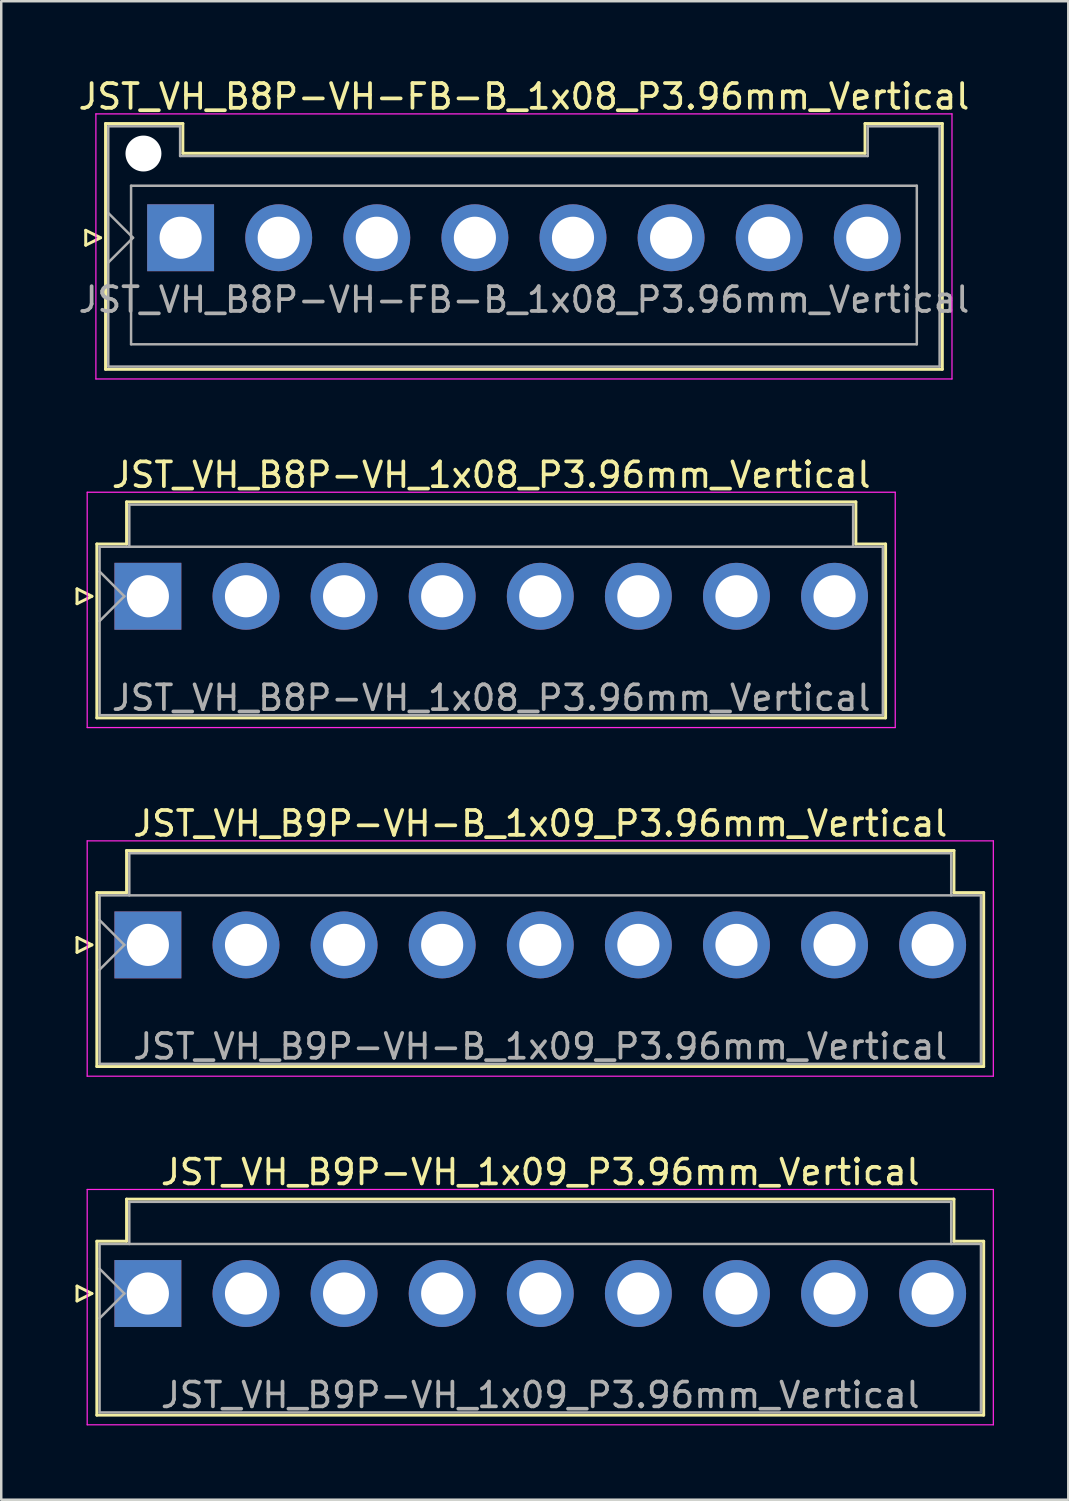
<source format=kicad_pcb>
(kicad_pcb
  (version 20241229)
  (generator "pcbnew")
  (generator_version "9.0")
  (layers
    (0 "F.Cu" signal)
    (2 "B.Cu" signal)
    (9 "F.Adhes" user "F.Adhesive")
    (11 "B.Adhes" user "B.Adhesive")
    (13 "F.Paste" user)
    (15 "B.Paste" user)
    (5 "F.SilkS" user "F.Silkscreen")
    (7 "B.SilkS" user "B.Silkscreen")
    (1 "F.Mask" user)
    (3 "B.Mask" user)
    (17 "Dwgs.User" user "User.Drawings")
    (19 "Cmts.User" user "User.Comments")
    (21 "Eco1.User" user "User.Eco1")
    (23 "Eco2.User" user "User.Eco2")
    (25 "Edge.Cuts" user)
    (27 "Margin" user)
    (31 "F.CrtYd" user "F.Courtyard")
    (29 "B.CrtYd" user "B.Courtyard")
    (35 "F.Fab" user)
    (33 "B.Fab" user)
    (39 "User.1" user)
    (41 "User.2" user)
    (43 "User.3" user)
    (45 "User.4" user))
  (footprint "JST_VH_B9P-VH-B_1x09_P3.96mm_Vertical"
    (layer "F.Cu")
    (at 2.92 35.095)
    (property "Reference" "JST_VH_B9P-VH-B_1x09_P3.96mm_Vertical" (at 15.84 -4.9 0) (layer "F.SilkS") (effects (font (size 1 1) (thickness 0.15))))
    (attr through_hole)
    (fp_line (start -2.86 -0.3) (end -2.26 0) (stroke (width 0.12) (type solid)) (layer "F.SilkS"))
    (fp_line (start -2.86 0.3) (end -2.86 -0.3) (stroke (width 0.12) (type solid)) (layer "F.SilkS"))
    (fp_line (start -2.26 0) (end -2.86 0.3) (stroke (width 0.12) (type solid)) (layer "F.SilkS"))
    (fp_line (start -2.06 -2.11) (end -0.86 -2.11) (stroke (width 0.12) (type solid)) (layer "F.SilkS"))
    (fp_line (start -2.06 4.91) (end -2.06 -2.11) (stroke (width 0.12) (type solid)) (layer "F.SilkS"))
    (fp_line (start -0.86 -3.81) (end 32.54 -3.81) (stroke (width 0.12) (type solid)) (layer "F.SilkS"))
    (fp_line (start -0.86 -2.11) (end -0.86 -3.81) (stroke (width 0.12) (type solid)) (layer "F.SilkS"))
    (fp_line (start 32.54 -3.81) (end 32.54 -2.11) (stroke (width 0.12) (type solid)) (layer "F.SilkS"))
    (fp_line (start 32.54 -2.11) (end 33.74 -2.11) (stroke (width 0.12) (type solid)) (layer "F.SilkS"))
    (fp_line (start 33.74 -2.11) (end 33.74 4.91) (stroke (width 0.12) (type solid)) (layer "F.SilkS"))
    (fp_line (start 33.74 4.91) (end -2.06 4.91) (stroke (width 0.12) (type solid)) (layer "F.SilkS"))
    (fp_line (start -2.45 -4.2) (end -2.45 5.3) (stroke (width 0.05) (type solid)) (layer "F.CrtYd"))
    (fp_line (start -2.45 5.3) (end 34.13 5.3) (stroke (width 0.05) (type solid)) (layer "F.CrtYd"))
    (fp_line (start 34.13 -4.2) (end -2.45 -4.2) (stroke (width 0.05) (type solid)) (layer "F.CrtYd"))
    (fp_line (start 34.13 5.3) (end 34.13 -4.2) (stroke (width 0.05) (type solid)) (layer "F.CrtYd"))
    (fp_line (start -1.95 -2) (end -1.95 4.8) (stroke (width 0.1) (type solid)) (layer "F.Fab"))
    (fp_line (start -1.95 -1) (end -0.95 0) (stroke (width 0.1) (type solid)) (layer "F.Fab"))
    (fp_line (start -1.95 1) (end -0.95 0) (stroke (width 0.1) (type solid)) (layer "F.Fab"))
    (fp_line (start -1.95 4.8) (end 33.63 4.8) (stroke (width 0.1) (type solid)) (layer "F.Fab"))
    (fp_line (start -0.75 -3.7) (end 32.43 -3.7) (stroke (width 0.1) (type solid)) (layer "F.Fab"))
    (fp_line (start -0.75 -2) (end -0.75 -3.7) (stroke (width 0.1) (type solid)) (layer "F.Fab"))
    (fp_line (start 32.43 -3.7) (end 32.43 -2) (stroke (width 0.1) (type solid)) (layer "F.Fab"))
    (fp_line (start 33.63 -2) (end -1.95 -2) (stroke (width 0.1) (type solid)) (layer "F.Fab"))
    (fp_line (start 33.63 4.8) (end 33.63 -2) (stroke (width 0.1) (type solid)) (layer "F.Fab"))
    (fp_text user "${REFERENCE}" (at 15.84 4.1 0) (layer "F.Fab") (effects (font (size 1 1) (thickness 0.15))))
    (pad "1" thru_hole rect (at 0 0) (size 2.7 2.7) (drill 1.7) (layers "*.Cu" "*.Mask"))
    (pad "2" thru_hole circle (at 3.96 0) (size 2.7 2.7) (drill 1.7) (layers "*.Cu" "*.Mask"))
    (pad "3" thru_hole circle (at 7.92 0) (size 2.7 2.7) (drill 1.7) (layers "*.Cu" "*.Mask"))
    (pad "4" thru_hole circle (at 11.88 0) (size 2.7 2.7) (drill 1.7) (layers "*.Cu" "*.Mask"))
    (pad "5" thru_hole circle (at 15.84 0) (size 2.7 2.7) (drill 1.7) (layers "*.Cu" "*.Mask"))
    (pad "6" thru_hole circle (at 19.8 0) (size 2.7 2.7) (drill 1.7) (layers "*.Cu" "*.Mask"))
    (pad "7" thru_hole circle (at 23.76 0) (size 2.7 2.7) (drill 1.7) (layers "*.Cu" "*.Mask"))
    (pad "8" thru_hole circle (at 27.72 0) (size 2.7 2.7) (drill 1.7) (layers "*.Cu" "*.Mask"))
    (pad "9" thru_hole circle (at 31.68 0) (size 2.7 2.7) (drill 1.7) (layers "*.Cu" "*.Mask")))
  (footprint "JST_VH_B9P-VH_1x09_P3.96mm_Vertical"
    (layer "F.Cu")
    (at 2.92 49.168)
    (property "Reference" "JST_VH_B9P-VH_1x09_P3.96mm_Vertical" (at 15.84 -4.9 0) (layer "F.SilkS") (effects (font (size 1 1) (thickness 0.15))))
    (attr through_hole)
    (fp_line (start -2.86 -0.3) (end -2.26 0) (stroke (width 0.12) (type solid)) (layer "F.SilkS"))
    (fp_line (start -2.86 0.3) (end -2.86 -0.3) (stroke (width 0.12) (type solid)) (layer "F.SilkS"))
    (fp_line (start -2.26 0) (end -2.86 0.3) (stroke (width 0.12) (type solid)) (layer "F.SilkS"))
    (fp_line (start -2.06 -2.11) (end -0.86 -2.11) (stroke (width 0.12) (type solid)) (layer "F.SilkS"))
    (fp_line (start -2.06 4.91) (end -2.06 -2.11) (stroke (width 0.12) (type solid)) (layer "F.SilkS"))
    (fp_line (start -0.86 -3.81) (end 32.54 -3.81) (stroke (width 0.12) (type solid)) (layer "F.SilkS"))
    (fp_line (start -0.86 -2.11) (end -0.86 -3.81) (stroke (width 0.12) (type solid)) (layer "F.SilkS"))
    (fp_line (start 32.54 -3.81) (end 32.54 -2.11) (stroke (width 0.12) (type solid)) (layer "F.SilkS"))
    (fp_line (start 32.54 -2.11) (end 33.74 -2.11) (stroke (width 0.12) (type solid)) (layer "F.SilkS"))
    (fp_line (start 33.74 -2.11) (end 33.74 4.91) (stroke (width 0.12) (type solid)) (layer "F.SilkS"))
    (fp_line (start 33.74 4.91) (end -2.06 4.91) (stroke (width 0.12) (type solid)) (layer "F.SilkS"))
    (fp_line (start -2.45 -4.2) (end -2.45 5.3) (stroke (width 0.05) (type solid)) (layer "F.CrtYd"))
    (fp_line (start -2.45 5.3) (end 34.13 5.3) (stroke (width 0.05) (type solid)) (layer "F.CrtYd"))
    (fp_line (start 34.13 -4.2) (end -2.45 -4.2) (stroke (width 0.05) (type solid)) (layer "F.CrtYd"))
    (fp_line (start 34.13 5.3) (end 34.13 -4.2) (stroke (width 0.05) (type solid)) (layer "F.CrtYd"))
    (fp_line (start -1.95 -2) (end -1.95 4.8) (stroke (width 0.1) (type solid)) (layer "F.Fab"))
    (fp_line (start -1.95 -1) (end -0.95 0) (stroke (width 0.1) (type solid)) (layer "F.Fab"))
    (fp_line (start -1.95 1) (end -0.95 0) (stroke (width 0.1) (type solid)) (layer "F.Fab"))
    (fp_line (start -1.95 4.8) (end 33.63 4.8) (stroke (width 0.1) (type solid)) (layer "F.Fab"))
    (fp_line (start -0.75 -3.7) (end 32.43 -3.7) (stroke (width 0.1) (type solid)) (layer "F.Fab"))
    (fp_line (start -0.75 -2) (end -0.75 -3.7) (stroke (width 0.1) (type solid)) (layer "F.Fab"))
    (fp_line (start 32.43 -3.7) (end 32.43 -2) (stroke (width 0.1) (type solid)) (layer "F.Fab"))
    (fp_line (start 33.63 -2) (end -1.95 -2) (stroke (width 0.1) (type solid)) (layer "F.Fab"))
    (fp_line (start 33.63 4.8) (end 33.63 -2) (stroke (width 0.1) (type solid)) (layer "F.Fab"))
    (fp_text user "${REFERENCE}" (at 15.84 4.1 0) (layer "F.Fab") (effects (font (size 1 1) (thickness 0.15))))
    (pad "1" thru_hole rect (at 0 0) (size 2.7 2.7) (drill 1.7) (layers "*.Cu" "*.Mask"))
    (pad "2" thru_hole circle (at 3.96 0) (size 2.7 2.7) (drill 1.7) (layers "*.Cu" "*.Mask"))
    (pad "3" thru_hole circle (at 7.92 0) (size 2.7 2.7) (drill 1.7) (layers "*.Cu" "*.Mask"))
    (pad "4" thru_hole circle (at 11.88 0) (size 2.7 2.7) (drill 1.7) (layers "*.Cu" "*.Mask"))
    (pad "5" thru_hole circle (at 15.84 0) (size 2.7 2.7) (drill 1.7) (layers "*.Cu" "*.Mask"))
    (pad "6" thru_hole circle (at 19.8 0) (size 2.7 2.7) (drill 1.7) (layers "*.Cu" "*.Mask"))
    (pad "7" thru_hole circle (at 23.76 0) (size 2.7 2.7) (drill 1.7) (layers "*.Cu" "*.Mask"))
    (pad "8" thru_hole circle (at 27.72 0) (size 2.7 2.7) (drill 1.7) (layers "*.Cu" "*.Mask"))
    (pad "9" thru_hole circle (at 31.68 0) (size 2.7 2.7) (drill 1.7) (layers "*.Cu" "*.Mask")))
  (footprint "JST_VH_B8P-VH_1x08_P3.96mm_Vertical"
    (layer "F.Cu")
    (at 2.92 21.021)
    (property "Reference" "JST_VH_B8P-VH_1x08_P3.96mm_Vertical" (at 13.86 -4.9 0) (layer "F.SilkS") (effects (font (size 1 1) (thickness 0.15))))
    (attr through_hole)
    (fp_line (start -2.86 -0.3) (end -2.26 0) (stroke (width 0.12) (type solid)) (layer "F.SilkS"))
    (fp_line (start -2.86 0.3) (end -2.86 -0.3) (stroke (width 0.12) (type solid)) (layer "F.SilkS"))
    (fp_line (start -2.26 0) (end -2.86 0.3) (stroke (width 0.12) (type solid)) (layer "F.SilkS"))
    (fp_line (start -2.06 -2.11) (end -0.86 -2.11) (stroke (width 0.12) (type solid)) (layer "F.SilkS"))
    (fp_line (start -2.06 4.91) (end -2.06 -2.11) (stroke (width 0.12) (type solid)) (layer "F.SilkS"))
    (fp_line (start -0.86 -3.81) (end 28.58 -3.81) (stroke (width 0.12) (type solid)) (layer "F.SilkS"))
    (fp_line (start -0.86 -2.11) (end -0.86 -3.81) (stroke (width 0.12) (type solid)) (layer "F.SilkS"))
    (fp_line (start 28.58 -3.81) (end 28.58 -2.11) (stroke (width 0.12) (type solid)) (layer "F.SilkS"))
    (fp_line (start 28.58 -2.11) (end 29.78 -2.11) (stroke (width 0.12) (type solid)) (layer "F.SilkS"))
    (fp_line (start 29.78 -2.11) (end 29.78 4.91) (stroke (width 0.12) (type solid)) (layer "F.SilkS"))
    (fp_line (start 29.78 4.91) (end -2.06 4.91) (stroke (width 0.12) (type solid)) (layer "F.SilkS"))
    (fp_line (start -2.45 -4.2) (end -2.45 5.3) (stroke (width 0.05) (type solid)) (layer "F.CrtYd"))
    (fp_line (start -2.45 5.3) (end 30.17 5.3) (stroke (width 0.05) (type solid)) (layer "F.CrtYd"))
    (fp_line (start 30.17 -4.2) (end -2.45 -4.2) (stroke (width 0.05) (type solid)) (layer "F.CrtYd"))
    (fp_line (start 30.17 5.3) (end 30.17 -4.2) (stroke (width 0.05) (type solid)) (layer "F.CrtYd"))
    (fp_line (start -1.95 -2) (end -1.95 4.8) (stroke (width 0.1) (type solid)) (layer "F.Fab"))
    (fp_line (start -1.95 -1) (end -0.95 0) (stroke (width 0.1) (type solid)) (layer "F.Fab"))
    (fp_line (start -1.95 1) (end -0.95 0) (stroke (width 0.1) (type solid)) (layer "F.Fab"))
    (fp_line (start -1.95 4.8) (end 29.67 4.8) (stroke (width 0.1) (type solid)) (layer "F.Fab"))
    (fp_line (start -0.75 -3.7) (end 28.47 -3.7) (stroke (width 0.1) (type solid)) (layer "F.Fab"))
    (fp_line (start -0.75 -2) (end -0.75 -3.7) (stroke (width 0.1) (type solid)) (layer "F.Fab"))
    (fp_line (start 28.47 -3.7) (end 28.47 -2) (stroke (width 0.1) (type solid)) (layer "F.Fab"))
    (fp_line (start 29.67 -2) (end -1.95 -2) (stroke (width 0.1) (type solid)) (layer "F.Fab"))
    (fp_line (start 29.67 4.8) (end 29.67 -2) (stroke (width 0.1) (type solid)) (layer "F.Fab"))
    (fp_text user "${REFERENCE}" (at 13.86 4.1 0) (layer "F.Fab") (effects (font (size 1 1) (thickness 0.15))))
    (pad "1" thru_hole rect (at 0 0) (size 2.7 2.7) (drill 1.7) (layers "*.Cu" "*.Mask"))
    (pad "2" thru_hole circle (at 3.96 0) (size 2.7 2.7) (drill 1.7) (layers "*.Cu" "*.Mask"))
    (pad "3" thru_hole circle (at 7.92 0) (size 2.7 2.7) (drill 1.7) (layers "*.Cu" "*.Mask"))
    (pad "4" thru_hole circle (at 11.88 0) (size 2.7 2.7) (drill 1.7) (layers "*.Cu" "*.Mask"))
    (pad "5" thru_hole circle (at 15.84 0) (size 2.7 2.7) (drill 1.7) (layers "*.Cu" "*.Mask"))
    (pad "6" thru_hole circle (at 19.8 0) (size 2.7 2.7) (drill 1.7) (layers "*.Cu" "*.Mask"))
    (pad "7" thru_hole circle (at 23.76 0) (size 2.7 2.7) (drill 1.7) (layers "*.Cu" "*.Mask"))
    (pad "8" thru_hole circle (at 27.72 0) (size 2.7 2.7) (drill 1.7) (layers "*.Cu" "*.Mask")))
  (footprint "JST_VH_B8P-VH-FB-B_1x08_P3.96mm_Vertical"
    (layer "F.Cu")
    (at 4.241 6.548)
    (property "Reference" "JST_VH_B8P-VH-FB-B_1x08_P3.96mm_Vertical" (at 13.86 -5.7 0) (layer "F.SilkS") (effects (font (size 1 1) (thickness 0.15))))
    (attr through_hole)
    (fp_line (start -3.83 -0.3) (end -3.23 0) (stroke (width 0.12) (type solid)) (layer "F.SilkS"))
    (fp_line (start -3.83 0.3) (end -3.83 -0.3) (stroke (width 0.12) (type solid)) (layer "F.SilkS"))
    (fp_line (start -3.23 0) (end -3.83 0.3) (stroke (width 0.12) (type solid)) (layer "F.SilkS"))
    (fp_line (start -3.03 -4.61) (end 0.09 -4.61) (stroke (width 0.12) (type solid)) (layer "F.SilkS"))
    (fp_line (start -3.03 5.31) (end -3.03 -4.61) (stroke (width 0.12) (type solid)) (layer "F.SilkS"))
    (fp_line (start 0.09 -4.61) (end 0.09 -3.41) (stroke (width 0.12) (type solid)) (layer "F.SilkS"))
    (fp_line (start 0.09 -3.41) (end 27.63 -3.41) (stroke (width 0.12) (type solid)) (layer "F.SilkS"))
    (fp_line (start 27.63 -4.61) (end 30.75 -4.61) (stroke (width 0.12) (type solid)) (layer "F.SilkS"))
    (fp_line (start 27.63 -3.41) (end 27.63 -4.61) (stroke (width 0.12) (type solid)) (layer "F.SilkS"))
    (fp_line (start 30.75 -4.61) (end 30.75 5.31) (stroke (width 0.12) (type solid)) (layer "F.SilkS"))
    (fp_line (start 30.75 5.31) (end -3.03 5.31) (stroke (width 0.12) (type solid)) (layer "F.SilkS"))
    (fp_line (start -3.42 -5) (end -3.42 5.7) (stroke (width 0.05) (type solid)) (layer "F.CrtYd"))
    (fp_line (start -3.42 5.7) (end 31.14 5.7) (stroke (width 0.05) (type solid)) (layer "F.CrtYd"))
    (fp_line (start 31.14 -5) (end -3.42 -5) (stroke (width 0.05) (type solid)) (layer "F.CrtYd"))
    (fp_line (start 31.14 5.7) (end 31.14 -5) (stroke (width 0.05) (type solid)) (layer "F.CrtYd"))
    (fp_line (start -2.92 -4.5) (end -0.02 -4.5) (stroke (width 0.1) (type solid)) (layer "F.Fab"))
    (fp_line (start -2.92 -1) (end -1.92 0) (stroke (width 0.1) (type solid)) (layer "F.Fab"))
    (fp_line (start -2.92 1) (end -1.92 0) (stroke (width 0.1) (type solid)) (layer "F.Fab"))
    (fp_line (start -2.92 5.2) (end -2.92 -4.5) (stroke (width 0.1) (type solid)) (layer "F.Fab"))
    (fp_line (start -2 -2.1) (end 29.72 -2.1) (stroke (width 0.1) (type solid)) (layer "F.Fab"))
    (fp_line (start -2 4.3) (end -2 -2.1) (stroke (width 0.1) (type solid)) (layer "F.Fab"))
    (fp_line (start -0.02 -4.5) (end -0.02 -3.3) (stroke (width 0.1) (type solid)) (layer "F.Fab"))
    (fp_line (start -0.02 -3.3) (end 27.74 -3.3) (stroke (width 0.1) (type solid)) (layer "F.Fab"))
    (fp_line (start 27.74 -4.5) (end 30.64 -4.5) (stroke (width 0.1) (type solid)) (layer "F.Fab"))
    (fp_line (start 27.74 -3.3) (end 27.74 -4.5) (stroke (width 0.1) (type solid)) (layer "F.Fab"))
    (fp_line (start 29.72 -2.1) (end 29.72 4.3) (stroke (width 0.1) (type solid)) (layer "F.Fab"))
    (fp_line (start 29.72 4.3) (end -2 4.3) (stroke (width 0.1) (type solid)) (layer "F.Fab"))
    (fp_line (start 30.64 -4.5) (end 30.64 5.2) (stroke (width 0.1) (type solid)) (layer "F.Fab"))
    (fp_line (start 30.64 5.2) (end -2.92 5.2) (stroke (width 0.1) (type solid)) (layer "F.Fab"))
    (fp_text user "${REFERENCE}" (at 13.86 2.5 0) (layer "F.Fab") (effects (font (size 1 1) (thickness 0.15))))
    (pad "" np_thru_hole circle (at -1.5 -3.4) (size 1.45 1.45) (drill 1.45) (layers "*.Cu" "*.Mask"))
    (pad "1" thru_hole rect (at 0 0) (size 2.7 2.7) (drill 1.7) (layers "*.Cu" "*.Mask"))
    (pad "2" thru_hole circle (at 3.96 0) (size 2.7 2.7) (drill 1.7) (layers "*.Cu" "*.Mask"))
    (pad "3" thru_hole circle (at 7.92 0) (size 2.7 2.7) (drill 1.7) (layers "*.Cu" "*.Mask"))
    (pad "4" thru_hole circle (at 11.88 0) (size 2.7 2.7) (drill 1.7) (layers "*.Cu" "*.Mask"))
    (pad "5" thru_hole circle (at 15.84 0) (size 2.7 2.7) (drill 1.7) (layers "*.Cu" "*.Mask"))
    (pad "6" thru_hole circle (at 19.8 0) (size 2.7 2.7) (drill 1.7) (layers "*.Cu" "*.Mask"))
    (pad "7" thru_hole circle (at 23.76 0) (size 2.7 2.7) (drill 1.7) (layers "*.Cu" "*.Mask"))
    (pad "8" thru_hole circle (at 27.72 0) (size 2.7 2.7) (drill 1.7) (layers "*.Cu" "*.Mask")))
  (gr_rect
    (start -3 -3)
    (end 40.075 57.493)
    (stroke (width 0.1) (type default))
    (fill no)
    (layer "Edge.Cuts")))
</source>
